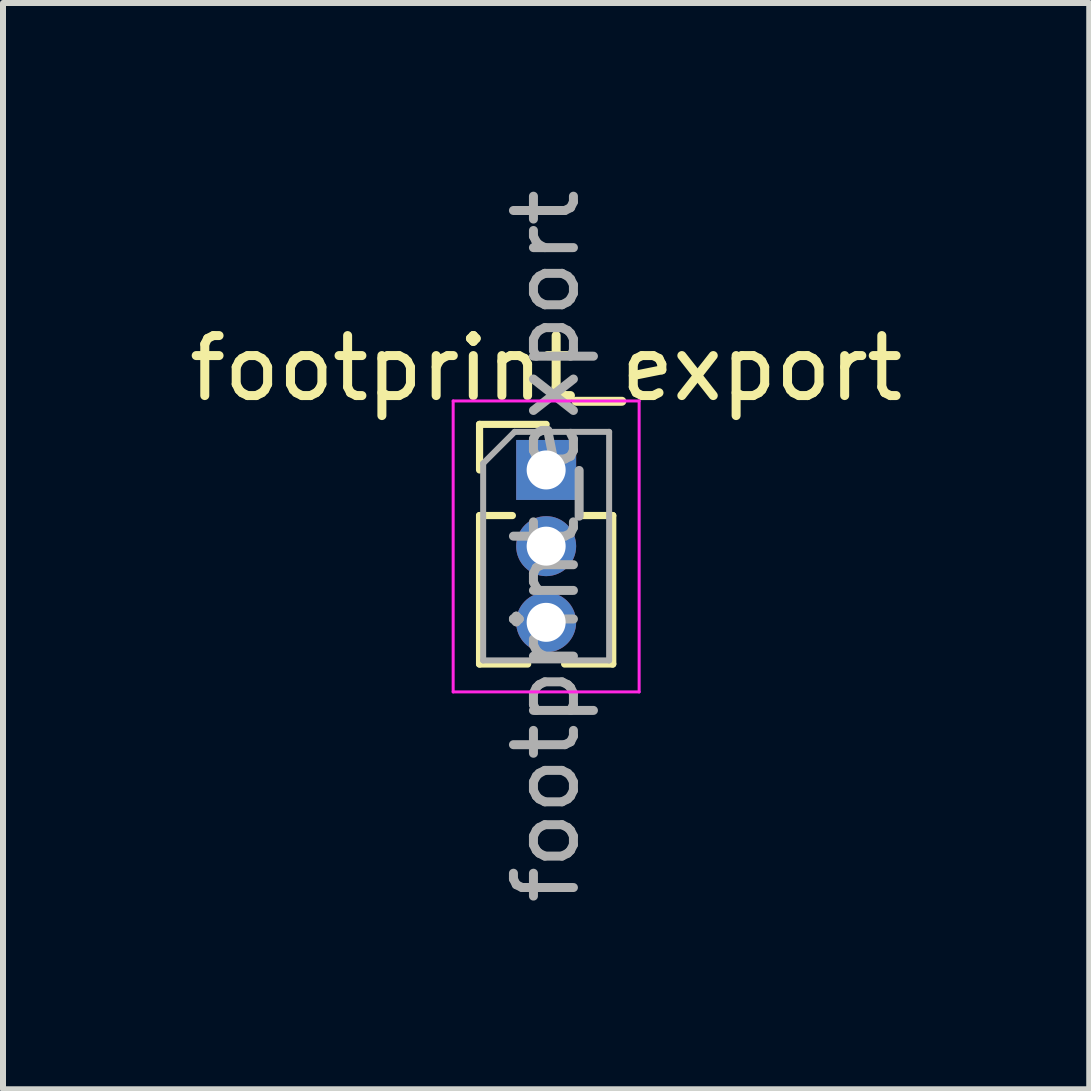
<source format=kicad_pcb>
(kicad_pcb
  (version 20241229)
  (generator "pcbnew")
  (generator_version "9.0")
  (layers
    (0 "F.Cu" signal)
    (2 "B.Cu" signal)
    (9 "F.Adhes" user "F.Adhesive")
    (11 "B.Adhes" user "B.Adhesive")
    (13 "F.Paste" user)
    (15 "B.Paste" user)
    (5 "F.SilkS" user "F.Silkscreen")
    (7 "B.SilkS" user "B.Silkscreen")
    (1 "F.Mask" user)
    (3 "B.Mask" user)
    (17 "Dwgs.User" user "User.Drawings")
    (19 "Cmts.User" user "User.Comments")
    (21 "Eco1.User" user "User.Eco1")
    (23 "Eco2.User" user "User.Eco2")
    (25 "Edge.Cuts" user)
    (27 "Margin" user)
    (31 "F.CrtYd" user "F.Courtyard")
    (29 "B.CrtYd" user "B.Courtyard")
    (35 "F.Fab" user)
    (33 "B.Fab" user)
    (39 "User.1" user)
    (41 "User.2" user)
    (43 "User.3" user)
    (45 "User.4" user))
  (footprint "footprint_export"
    (layer "F.Cu")
    (at 6.054 4.784)
    (property "Reference" "footprint_export" (at 0 -1.695 0) (layer "F.SilkS") (effects (font (size 1 1) (thickness 0.15))))
    (attr through_hole)
    (fp_line (start -1.11 -0.76) (end 0 -0.76) (stroke (width 0.12) (type solid)) (layer "F.SilkS"))
    (fp_line (start -1.11 0) (end -1.11 -0.76) (stroke (width 0.12) (type solid)) (layer "F.SilkS"))
    (fp_line (start -1.11 0.76) (end -1.11 3.235) (stroke (width 0.12) (type solid)) (layer "F.SilkS"))
    (fp_line (start -1.11 0.76) (end -0.563 0.76) (stroke (width 0.12) (type solid)) (layer "F.SilkS"))
    (fp_line (start -1.11 3.235) (end -0.308 3.235) (stroke (width 0.12) (type solid)) (layer "F.SilkS"))
    (fp_line (start 0.308 3.235) (end 1.11 3.235) (stroke (width 0.12) (type solid)) (layer "F.SilkS"))
    (fp_line (start 0.563 0.76) (end 1.11 0.76) (stroke (width 0.12) (type solid)) (layer "F.SilkS"))
    (fp_line (start 1.11 0.76) (end 1.11 3.235) (stroke (width 0.12) (type solid)) (layer "F.SilkS"))
    (fp_line (start -1.55 -1.15) (end -1.55 3.7) (stroke (width 0.05) (type solid)) (layer "F.CrtYd"))
    (fp_line (start -1.55 3.7) (end 1.55 3.7) (stroke (width 0.05) (type solid)) (layer "F.CrtYd"))
    (fp_line (start 1.55 -1.15) (end -1.55 -1.15) (stroke (width 0.05) (type solid)) (layer "F.CrtYd"))
    (fp_line (start 1.55 3.7) (end 1.55 -1.15) (stroke (width 0.05) (type solid)) (layer "F.CrtYd"))
    (fp_line (start -1.05 -0.11) (end -0.525 -0.635) (stroke (width 0.1) (type solid)) (layer "F.Fab"))
    (fp_line (start -1.05 3.175) (end -1.05 -0.11) (stroke (width 0.1) (type solid)) (layer "F.Fab"))
    (fp_line (start -0.525 -0.635) (end 1.05 -0.635) (stroke (width 0.1) (type solid)) (layer "F.Fab"))
    (fp_line (start 1.05 -0.635) (end 1.05 3.175) (stroke (width 0.1) (type solid)) (layer "F.Fab"))
    (fp_line (start 1.05 3.175) (end -1.05 3.175) (stroke (width 0.1) (type solid)) (layer "F.Fab"))
    (fp_text user "${REFERENCE}" (at 0 1.27 90) (layer "F.Fab") (effects (font (size 1 1) (thickness 0.15))))
    (pad "1" thru_hole rect (at 0 0) (size 1 1) (drill 0.65) (layers "*.Cu" "*.Mask"))
    (pad "2" thru_hole oval (at 0 1.27) (size 1 1) (drill 0.65) (layers "*.Cu" "*.Mask"))
    (pad "3" thru_hole oval (at 0 2.54) (size 1 1) (drill 0.65) (layers "*.Cu" "*.Mask")))
  (gr_rect
    (start -3 -3)
    (end 15.107 15.107)
    (stroke (width 0.1) (type default))
    (fill no)
    (layer "Edge.Cuts")))
</source>
